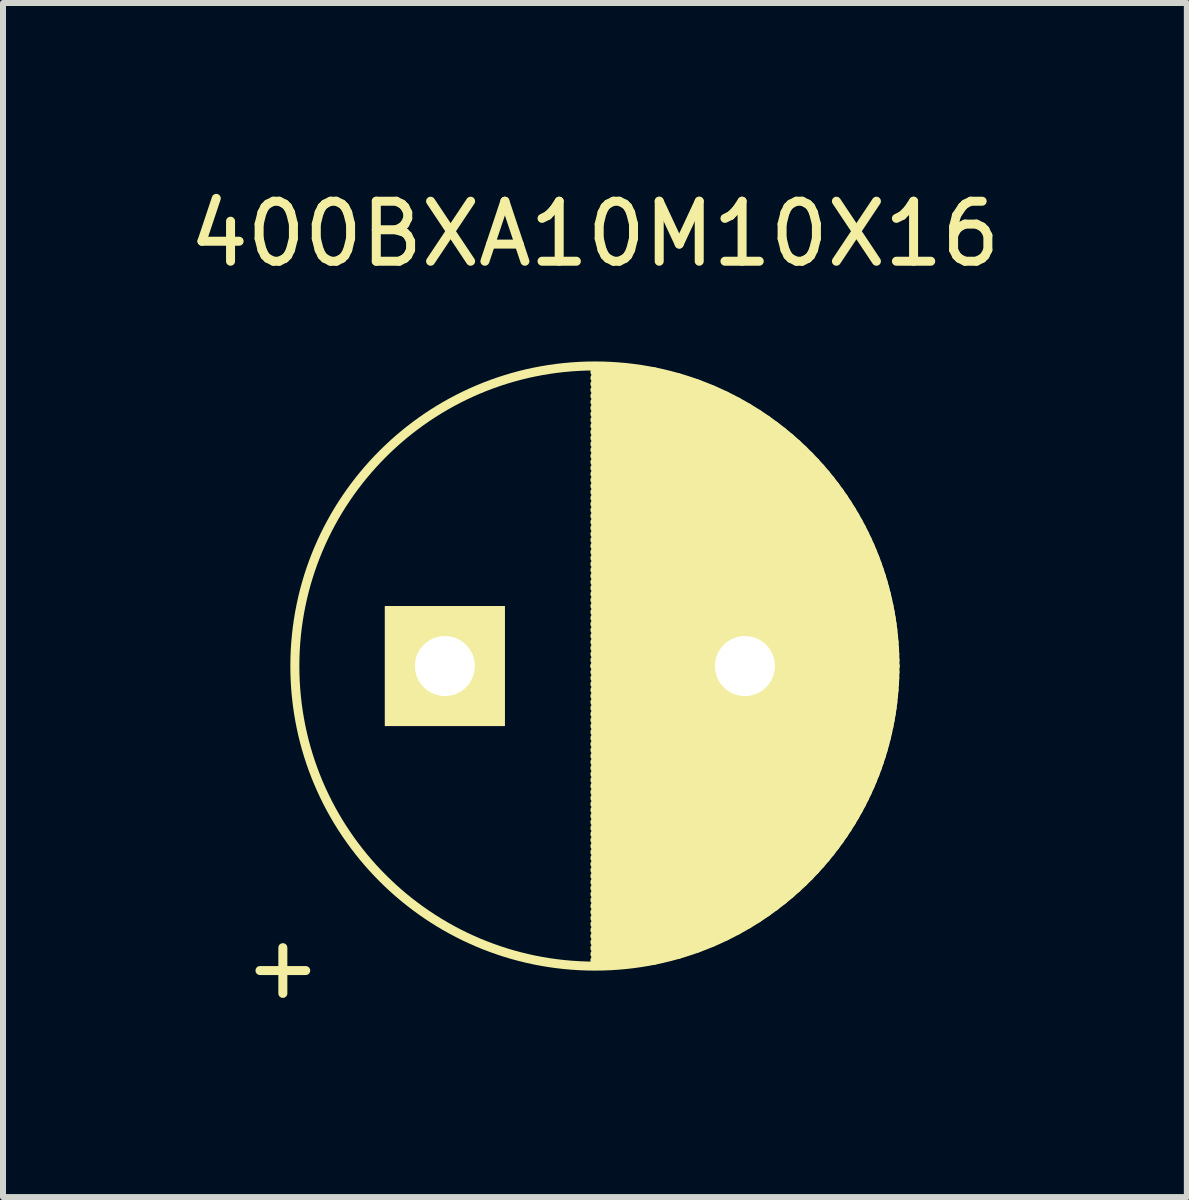
<source format=kicad_pcb>
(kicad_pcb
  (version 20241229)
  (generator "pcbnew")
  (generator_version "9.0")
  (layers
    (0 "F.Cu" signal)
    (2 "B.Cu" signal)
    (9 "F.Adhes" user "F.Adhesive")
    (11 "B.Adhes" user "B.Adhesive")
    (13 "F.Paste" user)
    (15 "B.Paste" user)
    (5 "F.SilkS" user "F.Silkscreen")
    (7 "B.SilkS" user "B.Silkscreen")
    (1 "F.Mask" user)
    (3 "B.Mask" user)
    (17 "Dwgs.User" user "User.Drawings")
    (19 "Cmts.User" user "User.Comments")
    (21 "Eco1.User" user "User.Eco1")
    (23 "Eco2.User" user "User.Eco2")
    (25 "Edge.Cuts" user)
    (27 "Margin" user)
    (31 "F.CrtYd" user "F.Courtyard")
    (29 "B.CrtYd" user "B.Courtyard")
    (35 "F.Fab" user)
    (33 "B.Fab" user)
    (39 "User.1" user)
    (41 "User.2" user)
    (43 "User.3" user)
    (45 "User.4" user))
  (footprint "400BXA10M10X16"
    (layer "F.Cu")
    (at 4.363 8.048)
    (property "Reference" "400BXA10M10X16" (at 2.5 -7.2 0) (layer "F.SilkS") (effects (font (size 1 1) (thickness 0.15))))
    (attr through_hole)
    (fp_line (start 2.5 -4.9) (end 3.495 -4.9) (stroke (width 0.15) (type solid)) (layer "F.SilkS"))
    (fp_line (start 2.5 -4.8) (end 3.9 -4.8) (stroke (width 0.15) (type solid)) (layer "F.SilkS"))
    (fp_line (start 2.5 -4.7) (end 4.206 -4.7) (stroke (width 0.15) (type solid)) (layer "F.SilkS"))
    (fp_line (start 2.5 -4.6) (end 4.46 -4.6) (stroke (width 0.15) (type solid)) (layer "F.SilkS"))
    (fp_line (start 2.5 -4.5) (end 4.679 -4.5) (stroke (width 0.15) (type solid)) (layer "F.SilkS"))
    (fp_line (start 2.5 -4.4) (end 4.875 -4.4) (stroke (width 0.15) (type solid)) (layer "F.SilkS"))
    (fp_line (start 2.5 -4.3) (end 5.051 -4.3) (stroke (width 0.15) (type solid)) (layer "F.SilkS"))
    (fp_line (start 2.5 -4.2) (end 5.213 -4.2) (stroke (width 0.15) (type solid)) (layer "F.SilkS"))
    (fp_line (start 2.5 -4.1) (end 5.362 -4.1) (stroke (width 0.15) (type solid)) (layer "F.SilkS"))
    (fp_line (start 2.5 -4) (end 5.5 -4) (stroke (width 0.15) (type solid)) (layer "F.SilkS"))
    (fp_line (start 2.5 -3.9) (end 5.629 -3.9) (stroke (width 0.15) (type solid)) (layer "F.SilkS"))
    (fp_line (start 2.5 -3.8) (end 5.75 -3.8) (stroke (width 0.15) (type solid)) (layer "F.SilkS"))
    (fp_line (start 2.5 -3.7) (end 5.863 -3.7) (stroke (width 0.15) (type solid)) (layer "F.SilkS"))
    (fp_line (start 2.5 -3.6) (end 5.97 -3.6) (stroke (width 0.15) (type solid)) (layer "F.SilkS"))
    (fp_line (start 2.5 -3.5) (end 6.071 -3.5) (stroke (width 0.15) (type solid)) (layer "F.SilkS"))
    (fp_line (start 2.5 -3.4) (end 6.166 -3.4) (stroke (width 0.15) (type solid)) (layer "F.SilkS"))
    (fp_line (start 2.5 -3.3) (end 6.256 -3.3) (stroke (width 0.15) (type solid)) (layer "F.SilkS"))
    (fp_line (start 2.5 -3.2) (end 6.342 -3.2) (stroke (width 0.15) (type solid)) (layer "F.SilkS"))
    (fp_line (start 2.5 -3.1) (end 6.423 -3.1) (stroke (width 0.15) (type solid)) (layer "F.SilkS"))
    (fp_line (start 2.5 -3) (end 6.5 -3) (stroke (width 0.15) (type solid)) (layer "F.SilkS"))
    (fp_line (start 2.5 -2.9) (end 6.573 -2.9) (stroke (width 0.15) (type solid)) (layer "F.SilkS"))
    (fp_line (start 2.5 -2.8) (end 6.642 -2.8) (stroke (width 0.15) (type solid)) (layer "F.SilkS"))
    (fp_line (start 2.5 -2.7) (end 6.708 -2.7) (stroke (width 0.15) (type solid)) (layer "F.SilkS"))
    (fp_line (start 2.5 -2.6) (end 6.771 -2.6) (stroke (width 0.15) (type solid)) (layer "F.SilkS"))
    (fp_line (start 2.5 -2.5) (end 6.83 -2.5) (stroke (width 0.15) (type solid)) (layer "F.SilkS"))
    (fp_line (start 2.5 -2.4) (end 6.886 -2.4) (stroke (width 0.15) (type solid)) (layer "F.SilkS"))
    (fp_line (start 2.5 -2.3) (end 6.94 -2.3) (stroke (width 0.15) (type solid)) (layer "F.SilkS"))
    (fp_line (start 2.5 -2.2) (end 6.99 -2.2) (stroke (width 0.15) (type solid)) (layer "F.SilkS"))
    (fp_line (start 2.5 -2.1) (end 7.038 -2.1) (stroke (width 0.15) (type solid)) (layer "F.SilkS"))
    (fp_line (start 2.5 -2) (end 7.083 -2) (stroke (width 0.15) (type solid)) (layer "F.SilkS"))
    (fp_line (start 2.5 -1.9) (end 7.125 -1.9) (stroke (width 0.15) (type solid)) (layer "F.SilkS"))
    (fp_line (start 2.5 -1.8) (end 7.165 -1.8) (stroke (width 0.15) (type solid)) (layer "F.SilkS"))
    (fp_line (start 2.5 -1.7) (end 7.202 -1.7) (stroke (width 0.15) (type solid)) (layer "F.SilkS"))
    (fp_line (start 2.5 -1.6) (end 7.237 -1.6) (stroke (width 0.15) (type solid)) (layer "F.SilkS"))
    (fp_line (start 2.5 -1.5) (end 7.27 -1.5) (stroke (width 0.15) (type solid)) (layer "F.SilkS"))
    (fp_line (start 2.5 -1.4) (end 7.3 -1.4) (stroke (width 0.15) (type solid)) (layer "F.SilkS"))
    (fp_line (start 2.5 -1.3) (end 7.328 -1.3) (stroke (width 0.15) (type solid)) (layer "F.SilkS"))
    (fp_line (start 2.5 -1.2) (end 7.354 -1.2) (stroke (width 0.15) (type solid)) (layer "F.SilkS"))
    (fp_line (start 2.5 -1.1) (end 7.377 -1.1) (stroke (width 0.15) (type solid)) (layer "F.SilkS"))
    (fp_line (start 2.5 -1) (end 7.399 -1) (stroke (width 0.15) (type solid)) (layer "F.SilkS"))
    (fp_line (start 2.5 -0.9) (end 7.418 -0.9) (stroke (width 0.15) (type solid)) (layer "F.SilkS"))
    (fp_line (start 2.5 -0.8) (end 7.436 -0.8) (stroke (width 0.15) (type solid)) (layer "F.SilkS"))
    (fp_line (start 2.5 -0.7) (end 7.451 -0.7) (stroke (width 0.15) (type solid)) (layer "F.SilkS"))
    (fp_line (start 2.5 -0.6) (end 7.464 -0.6) (stroke (width 0.15) (type solid)) (layer "F.SilkS"))
    (fp_line (start 2.5 -0.5) (end 7.475 -0.5) (stroke (width 0.15) (type solid)) (layer "F.SilkS"))
    (fp_line (start 2.5 -0.4) (end 7.484 -0.4) (stroke (width 0.15) (type solid)) (layer "F.SilkS"))
    (fp_line (start 2.5 -0.3) (end 7.491 -0.3) (stroke (width 0.15) (type solid)) (layer "F.SilkS"))
    (fp_line (start 2.5 -0.2) (end 7.496 -0.2) (stroke (width 0.15) (type solid)) (layer "F.SilkS"))
    (fp_line (start 2.5 -0.1) (end 7.499 -0.1) (stroke (width 0.15) (type solid)) (layer "F.SilkS"))
    (fp_line (start 2.5 0) (end 7.5 0) (stroke (width 0.15) (type solid)) (layer "F.SilkS"))
    (fp_line (start 2.5 0) (end 7.5 0) (stroke (width 0.15) (type solid)) (layer "F.SilkS"))
    (fp_line (start 2.5 0.1) (end 7.499 0.1) (stroke (width 0.15) (type solid)) (layer "F.SilkS"))
    (fp_line (start 2.5 0.2) (end 7.496 0.2) (stroke (width 0.15) (type solid)) (layer "F.SilkS"))
    (fp_line (start 2.5 0.3) (end 7.491 0.3) (stroke (width 0.15) (type solid)) (layer "F.SilkS"))
    (fp_line (start 2.5 0.4) (end 7.484 0.4) (stroke (width 0.15) (type solid)) (layer "F.SilkS"))
    (fp_line (start 2.5 0.5) (end 7.475 0.5) (stroke (width 0.15) (type solid)) (layer "F.SilkS"))
    (fp_line (start 2.5 0.6) (end 7.464 0.6) (stroke (width 0.15) (type solid)) (layer "F.SilkS"))
    (fp_line (start 2.5 0.7) (end 7.451 0.7) (stroke (width 0.15) (type solid)) (layer "F.SilkS"))
    (fp_line (start 2.5 0.8) (end 7.436 0.8) (stroke (width 0.15) (type solid)) (layer "F.SilkS"))
    (fp_line (start 2.5 0.9) (end 7.418 0.9) (stroke (width 0.15) (type solid)) (layer "F.SilkS"))
    (fp_line (start 2.5 1) (end 7.399 1) (stroke (width 0.15) (type solid)) (layer "F.SilkS"))
    (fp_line (start 2.5 1.1) (end 7.377 1.1) (stroke (width 0.15) (type solid)) (layer "F.SilkS"))
    (fp_line (start 2.5 1.2) (end 7.354 1.2) (stroke (width 0.15) (type solid)) (layer "F.SilkS"))
    (fp_line (start 2.5 1.3) (end 7.328 1.3) (stroke (width 0.15) (type solid)) (layer "F.SilkS"))
    (fp_line (start 2.5 1.4) (end 7.3 1.4) (stroke (width 0.15) (type solid)) (layer "F.SilkS"))
    (fp_line (start 2.5 1.5) (end 7.27 1.5) (stroke (width 0.15) (type solid)) (layer "F.SilkS"))
    (fp_line (start 2.5 1.6) (end 7.237 1.6) (stroke (width 0.15) (type solid)) (layer "F.SilkS"))
    (fp_line (start 2.5 1.7) (end 7.202 1.7) (stroke (width 0.15) (type solid)) (layer "F.SilkS"))
    (fp_line (start 2.5 1.8) (end 7.165 1.8) (stroke (width 0.15) (type solid)) (layer "F.SilkS"))
    (fp_line (start 2.5 1.9) (end 7.125 1.9) (stroke (width 0.15) (type solid)) (layer "F.SilkS"))
    (fp_line (start 2.5 2) (end 7.083 2) (stroke (width 0.15) (type solid)) (layer "F.SilkS"))
    (fp_line (start 2.5 2.1) (end 7.038 2.1) (stroke (width 0.15) (type solid)) (layer "F.SilkS"))
    (fp_line (start 2.5 2.2) (end 6.99 2.2) (stroke (width 0.15) (type solid)) (layer "F.SilkS"))
    (fp_line (start 2.5 2.3) (end 6.94 2.3) (stroke (width 0.15) (type solid)) (layer "F.SilkS"))
    (fp_line (start 2.5 2.4) (end 6.886 2.4) (stroke (width 0.15) (type solid)) (layer "F.SilkS"))
    (fp_line (start 2.5 2.5) (end 6.83 2.5) (stroke (width 0.15) (type solid)) (layer "F.SilkS"))
    (fp_line (start 2.5 2.6) (end 6.771 2.6) (stroke (width 0.15) (type solid)) (layer "F.SilkS"))
    (fp_line (start 2.5 2.7) (end 6.708 2.7) (stroke (width 0.15) (type solid)) (layer "F.SilkS"))
    (fp_line (start 2.5 2.8) (end 6.642 2.8) (stroke (width 0.15) (type solid)) (layer "F.SilkS"))
    (fp_line (start 2.5 2.9) (end 6.573 2.9) (stroke (width 0.15) (type solid)) (layer "F.SilkS"))
    (fp_line (start 2.5 3) (end 6.5 3) (stroke (width 0.15) (type solid)) (layer "F.SilkS"))
    (fp_line (start 2.5 3.1) (end 6.423 3.1) (stroke (width 0.15) (type solid)) (layer "F.SilkS"))
    (fp_line (start 2.5 3.2) (end 6.342 3.2) (stroke (width 0.15) (type solid)) (layer "F.SilkS"))
    (fp_line (start 2.5 3.3) (end 6.256 3.3) (stroke (width 0.15) (type solid)) (layer "F.SilkS"))
    (fp_line (start 2.5 3.4) (end 6.166 3.4) (stroke (width 0.15) (type solid)) (layer "F.SilkS"))
    (fp_line (start 2.5 3.5) (end 6.071 3.5) (stroke (width 0.15) (type solid)) (layer "F.SilkS"))
    (fp_line (start 2.5 3.6) (end 5.97 3.6) (stroke (width 0.15) (type solid)) (layer "F.SilkS"))
    (fp_line (start 2.5 3.7) (end 5.863 3.7) (stroke (width 0.15) (type solid)) (layer "F.SilkS"))
    (fp_line (start 2.5 3.8) (end 5.75 3.8) (stroke (width 0.15) (type solid)) (layer "F.SilkS"))
    (fp_line (start 2.5 3.9) (end 5.629 3.9) (stroke (width 0.15) (type solid)) (layer "F.SilkS"))
    (fp_line (start 2.5 4) (end 5.5 4) (stroke (width 0.15) (type solid)) (layer "F.SilkS"))
    (fp_line (start 2.5 4.1) (end 5.362 4.1) (stroke (width 0.15) (type solid)) (layer "F.SilkS"))
    (fp_line (start 2.5 4.2) (end 5.213 4.2) (stroke (width 0.15) (type solid)) (layer "F.SilkS"))
    (fp_line (start 2.5 4.3) (end 5.051 4.3) (stroke (width 0.15) (type solid)) (layer "F.SilkS"))
    (fp_line (start 2.5 4.4) (end 4.875 4.4) (stroke (width 0.15) (type solid)) (layer "F.SilkS"))
    (fp_line (start 2.5 4.5) (end 4.679 4.5) (stroke (width 0.15) (type solid)) (layer "F.SilkS"))
    (fp_line (start 2.5 4.6) (end 4.46 4.6) (stroke (width 0.15) (type solid)) (layer "F.SilkS"))
    (fp_line (start 2.5 4.7) (end 4.206 4.7) (stroke (width 0.15) (type solid)) (layer "F.SilkS"))
    (fp_line (start 2.5 4.8) (end 3.9 4.8) (stroke (width 0.15) (type solid)) (layer "F.SilkS"))
    (fp_line (start 2.5 4.9) (end 3.495 4.9) (stroke (width 0.15) (type solid)) (layer "F.SilkS"))
    (fp_circle (center 2.5 0) (end 2.5 -5) (stroke (width 0.15) (type solid)) (fill no) (layer "F.SilkS"))
    (fp_text user "+" (at -2.7 5 0) (layer "F.SilkS") (effects (font (size 1 1) (thickness 0.15))))
    (pad "1" thru_hole rect (at 0 0) (size 2 2) (drill 1) (layers "*.Cu" "*.Mask" "F.SilkS"))
    (pad "2" thru_hole circle (at 5 0) (size 2 2) (drill 1) (layers "*.Cu" "*.Mask" "F.SilkS")))
  (gr_rect
    (start -3 -3)
    (end 16.726 16.896)
    (stroke (width 0.1) (type default))
    (fill no)
    (layer "Edge.Cuts")))
</source>
